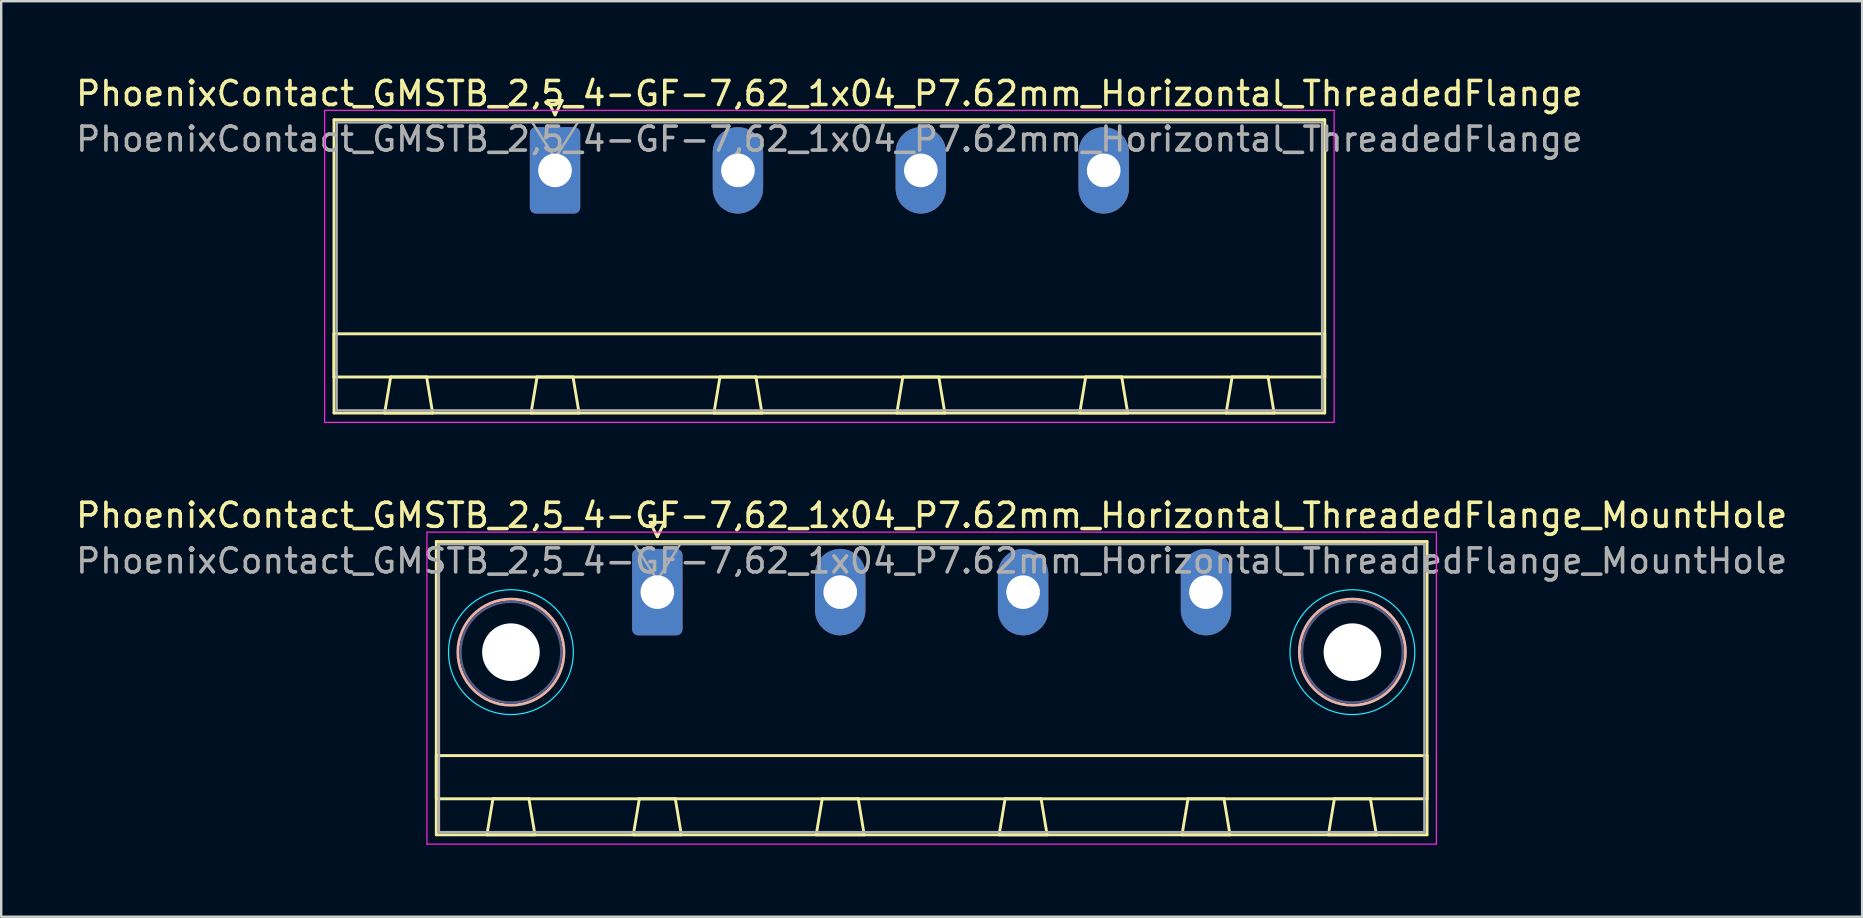
<source format=kicad_pcb>
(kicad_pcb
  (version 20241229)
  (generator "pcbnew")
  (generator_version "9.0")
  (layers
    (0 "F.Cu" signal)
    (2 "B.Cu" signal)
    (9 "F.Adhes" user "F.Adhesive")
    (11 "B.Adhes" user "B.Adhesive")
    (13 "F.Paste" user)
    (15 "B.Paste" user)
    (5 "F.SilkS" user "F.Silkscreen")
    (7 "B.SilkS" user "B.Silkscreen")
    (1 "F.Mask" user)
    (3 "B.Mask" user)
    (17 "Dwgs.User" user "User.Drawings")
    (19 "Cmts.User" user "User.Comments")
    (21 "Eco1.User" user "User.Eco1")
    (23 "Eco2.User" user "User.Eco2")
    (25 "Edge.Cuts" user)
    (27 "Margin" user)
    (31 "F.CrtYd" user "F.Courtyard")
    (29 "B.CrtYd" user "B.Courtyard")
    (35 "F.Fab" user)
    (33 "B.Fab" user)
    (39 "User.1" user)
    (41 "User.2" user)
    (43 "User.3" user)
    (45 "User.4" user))
  (footprint "PhoenixContact_GMSTB_2,5_4-GF-7,62_1x04_P7.62mm_Horizontal_ThreadedFlange"
    (layer "F.Cu")
    (at 20.076 4.048)
    (property "Reference" "PhoenixContact_GMSTB_2,5_4-GF-7,62_1x04_P7.62mm_Horizontal_ThreadedFlange" (at 11.43 -3.2 0) (layer "F.SilkS") (effects (font (size 1 1) (thickness 0.15))))
    (attr through_hole)
    (fp_line (start -9.21 -2.11) (end -9.21 10.11) (stroke (width 0.12) (type solid)) (layer "F.SilkS"))
    (fp_line (start -9.21 6.81) (end 32.07 6.81) (stroke (width 0.12) (type solid)) (layer "F.SilkS"))
    (fp_line (start -9.21 8.61) (end -9.21 6.81) (stroke (width 0.12) (type solid)) (layer "F.SilkS"))
    (fp_line (start -9.21 10.11) (end 32.07 10.11) (stroke (width 0.12) (type solid)) (layer "F.SilkS"))
    (fp_line (start -7.1 10.11) (end -5.1 10.11) (stroke (width 0.12) (type solid)) (layer "F.SilkS"))
    (fp_line (start -6.85 8.61) (end -7.1 10.11) (stroke (width 0.12) (type solid)) (layer "F.SilkS"))
    (fp_line (start -5.35 8.61) (end -6.85 8.61) (stroke (width 0.12) (type solid)) (layer "F.SilkS"))
    (fp_line (start -5.1 10.11) (end -5.35 8.61) (stroke (width 0.12) (type solid)) (layer "F.SilkS"))
    (fp_line (start -1 10.11) (end 1 10.11) (stroke (width 0.12) (type solid)) (layer "F.SilkS"))
    (fp_line (start -0.75 8.61) (end -1 10.11) (stroke (width 0.12) (type solid)) (layer "F.SilkS"))
    (fp_line (start -0.3 -2.91) (end 0.3 -2.91) (stroke (width 0.12) (type solid)) (layer "F.SilkS"))
    (fp_line (start 0 -2.31) (end -0.3 -2.91) (stroke (width 0.12) (type solid)) (layer "F.SilkS"))
    (fp_line (start 0.3 -2.91) (end 0 -2.31) (stroke (width 0.12) (type solid)) (layer "F.SilkS"))
    (fp_line (start 0.75 8.61) (end -0.75 8.61) (stroke (width 0.12) (type solid)) (layer "F.SilkS"))
    (fp_line (start 1 10.11) (end 0.75 8.61) (stroke (width 0.12) (type solid)) (layer "F.SilkS"))
    (fp_line (start 6.62 10.11) (end 8.62 10.11) (stroke (width 0.12) (type solid)) (layer "F.SilkS"))
    (fp_line (start 6.87 8.61) (end 6.62 10.11) (stroke (width 0.12) (type solid)) (layer "F.SilkS"))
    (fp_line (start 8.37 8.61) (end 6.87 8.61) (stroke (width 0.12) (type solid)) (layer "F.SilkS"))
    (fp_line (start 8.62 10.11) (end 8.37 8.61) (stroke (width 0.12) (type solid)) (layer "F.SilkS"))
    (fp_line (start 14.24 10.11) (end 16.24 10.11) (stroke (width 0.12) (type solid)) (layer "F.SilkS"))
    (fp_line (start 14.49 8.61) (end 14.24 10.11) (stroke (width 0.12) (type solid)) (layer "F.SilkS"))
    (fp_line (start 15.99 8.61) (end 14.49 8.61) (stroke (width 0.12) (type solid)) (layer "F.SilkS"))
    (fp_line (start 16.24 10.11) (end 15.99 8.61) (stroke (width 0.12) (type solid)) (layer "F.SilkS"))
    (fp_line (start 21.86 10.11) (end 23.86 10.11) (stroke (width 0.12) (type solid)) (layer "F.SilkS"))
    (fp_line (start 22.11 8.61) (end 21.86 10.11) (stroke (width 0.12) (type solid)) (layer "F.SilkS"))
    (fp_line (start 23.61 8.61) (end 22.11 8.61) (stroke (width 0.12) (type solid)) (layer "F.SilkS"))
    (fp_line (start 23.86 10.11) (end 23.61 8.61) (stroke (width 0.12) (type solid)) (layer "F.SilkS"))
    (fp_line (start 27.96 10.11) (end 29.96 10.11) (stroke (width 0.12) (type solid)) (layer "F.SilkS"))
    (fp_line (start 28.21 8.61) (end 27.96 10.11) (stroke (width 0.12) (type solid)) (layer "F.SilkS"))
    (fp_line (start 29.71 8.61) (end 28.21 8.61) (stroke (width 0.12) (type solid)) (layer "F.SilkS"))
    (fp_line (start 29.96 10.11) (end 29.71 8.61) (stroke (width 0.12) (type solid)) (layer "F.SilkS"))
    (fp_line (start 32.07 -2.11) (end -9.21 -2.11) (stroke (width 0.12) (type solid)) (layer "F.SilkS"))
    (fp_line (start 32.07 6.81) (end 32.07 8.61) (stroke (width 0.12) (type solid)) (layer "F.SilkS"))
    (fp_line (start 32.07 8.61) (end -9.21 8.61) (stroke (width 0.12) (type solid)) (layer "F.SilkS"))
    (fp_line (start 32.07 10.11) (end 32.07 -2.11) (stroke (width 0.12) (type solid)) (layer "F.SilkS"))
    (fp_line (start -9.6 -2.5) (end -9.6 10.5) (stroke (width 0.05) (type solid)) (layer "F.CrtYd"))
    (fp_line (start -9.6 10.5) (end 32.46 10.5) (stroke (width 0.05) (type solid)) (layer "F.CrtYd"))
    (fp_line (start 32.46 -2.5) (end -9.6 -2.5) (stroke (width 0.05) (type solid)) (layer "F.CrtYd"))
    (fp_line (start 32.46 10.5) (end 32.46 -2.5) (stroke (width 0.05) (type solid)) (layer "F.CrtYd"))
    (fp_line (start -9.1 -2) (end -9.1 10) (stroke (width 0.1) (type solid)) (layer "F.Fab"))
    (fp_line (start -9.1 10) (end 31.96 10) (stroke (width 0.1) (type solid)) (layer "F.Fab"))
    (fp_line (start 0 -0.5) (end -0.95 -2) (stroke (width 0.1) (type solid)) (layer "F.Fab"))
    (fp_line (start 0.95 -2) (end 0 -0.5) (stroke (width 0.1) (type solid)) (layer "F.Fab"))
    (fp_line (start 31.96 -2) (end -9.1 -2) (stroke (width 0.1) (type solid)) (layer "F.Fab"))
    (fp_line (start 31.96 10) (end 31.96 -2) (stroke (width 0.1) (type solid)) (layer "F.Fab"))
    (fp_text user "${REFERENCE}" (at 11.43 -1.3 0) (layer "F.Fab") (effects (font (size 1 1) (thickness 0.15))))
    (pad "1" thru_hole roundrect (at 0 0) (size 2.1 3.6) (drill 1.4) (layers "*.Cu" "*.Mask") (roundrect_rratio 0.119))
    (pad "2" thru_hole oval (at 7.62 0) (size 2.1 3.6) (drill 1.4) (layers "*.Cu" "*.Mask"))
    (pad "3" thru_hole oval (at 15.24 0) (size 2.1 3.6) (drill 1.4) (layers "*.Cu" "*.Mask"))
    (pad "4" thru_hole oval (at 22.86 0) (size 2.1 3.6) (drill 1.4) (layers "*.Cu" "*.Mask")))
  (footprint "PhoenixContact_GMSTB_2,5_4-GF-7,62_1x04_P7.62mm_Horizontal_ThreadedFlange_MountHole"
    (layer "F.Cu")
    (at 24.338 21.622)
    (property "Reference" "PhoenixContact_GMSTB_2,5_4-GF-7,62_1x04_P7.62mm_Horizontal_ThreadedFlange_MountHole" (at 11.43 -3.2 0) (layer "F.SilkS") (effects (font (size 1 1) (thickness 0.15))))
    (attr through_hole)
    (fp_line (start -9.21 -2.11) (end -9.21 10.11) (stroke (width 0.12) (type solid)) (layer "F.SilkS"))
    (fp_line (start -9.21 6.81) (end 32.07 6.81) (stroke (width 0.12) (type solid)) (layer "F.SilkS"))
    (fp_line (start -9.21 8.61) (end -9.21 6.81) (stroke (width 0.12) (type solid)) (layer "F.SilkS"))
    (fp_line (start -9.21 10.11) (end 32.07 10.11) (stroke (width 0.12) (type solid)) (layer "F.SilkS"))
    (fp_line (start -7.1 10.11) (end -5.1 10.11) (stroke (width 0.12) (type solid)) (layer "F.SilkS"))
    (fp_line (start -6.85 8.61) (end -7.1 10.11) (stroke (width 0.12) (type solid)) (layer "F.SilkS"))
    (fp_line (start -5.35 8.61) (end -6.85 8.61) (stroke (width 0.12) (type solid)) (layer "F.SilkS"))
    (fp_line (start -5.1 10.11) (end -5.35 8.61) (stroke (width 0.12) (type solid)) (layer "F.SilkS"))
    (fp_line (start -1 10.11) (end 1 10.11) (stroke (width 0.12) (type solid)) (layer "F.SilkS"))
    (fp_line (start -0.75 8.61) (end -1 10.11) (stroke (width 0.12) (type solid)) (layer "F.SilkS"))
    (fp_line (start -0.3 -2.91) (end 0.3 -2.91) (stroke (width 0.12) (type solid)) (layer "F.SilkS"))
    (fp_line (start 0 -2.31) (end -0.3 -2.91) (stroke (width 0.12) (type solid)) (layer "F.SilkS"))
    (fp_line (start 0.3 -2.91) (end 0 -2.31) (stroke (width 0.12) (type solid)) (layer "F.SilkS"))
    (fp_line (start 0.75 8.61) (end -0.75 8.61) (stroke (width 0.12) (type solid)) (layer "F.SilkS"))
    (fp_line (start 1 10.11) (end 0.75 8.61) (stroke (width 0.12) (type solid)) (layer "F.SilkS"))
    (fp_line (start 6.62 10.11) (end 8.62 10.11) (stroke (width 0.12) (type solid)) (layer "F.SilkS"))
    (fp_line (start 6.87 8.61) (end 6.62 10.11) (stroke (width 0.12) (type solid)) (layer "F.SilkS"))
    (fp_line (start 8.37 8.61) (end 6.87 8.61) (stroke (width 0.12) (type solid)) (layer "F.SilkS"))
    (fp_line (start 8.62 10.11) (end 8.37 8.61) (stroke (width 0.12) (type solid)) (layer "F.SilkS"))
    (fp_line (start 14.24 10.11) (end 16.24 10.11) (stroke (width 0.12) (type solid)) (layer "F.SilkS"))
    (fp_line (start 14.49 8.61) (end 14.24 10.11) (stroke (width 0.12) (type solid)) (layer "F.SilkS"))
    (fp_line (start 15.99 8.61) (end 14.49 8.61) (stroke (width 0.12) (type solid)) (layer "F.SilkS"))
    (fp_line (start 16.24 10.11) (end 15.99 8.61) (stroke (width 0.12) (type solid)) (layer "F.SilkS"))
    (fp_line (start 21.86 10.11) (end 23.86 10.11) (stroke (width 0.12) (type solid)) (layer "F.SilkS"))
    (fp_line (start 22.11 8.61) (end 21.86 10.11) (stroke (width 0.12) (type solid)) (layer "F.SilkS"))
    (fp_line (start 23.61 8.61) (end 22.11 8.61) (stroke (width 0.12) (type solid)) (layer "F.SilkS"))
    (fp_line (start 23.86 10.11) (end 23.61 8.61) (stroke (width 0.12) (type solid)) (layer "F.SilkS"))
    (fp_line (start 27.96 10.11) (end 29.96 10.11) (stroke (width 0.12) (type solid)) (layer "F.SilkS"))
    (fp_line (start 28.21 8.61) (end 27.96 10.11) (stroke (width 0.12) (type solid)) (layer "F.SilkS"))
    (fp_line (start 29.71 8.61) (end 28.21 8.61) (stroke (width 0.12) (type solid)) (layer "F.SilkS"))
    (fp_line (start 29.96 10.11) (end 29.71 8.61) (stroke (width 0.12) (type solid)) (layer "F.SilkS"))
    (fp_line (start 32.07 -2.11) (end -9.21 -2.11) (stroke (width 0.12) (type solid)) (layer "F.SilkS"))
    (fp_line (start 32.07 6.81) (end 32.07 8.61) (stroke (width 0.12) (type solid)) (layer "F.SilkS"))
    (fp_line (start 32.07 8.61) (end -9.21 8.61) (stroke (width 0.12) (type solid)) (layer "F.SilkS"))
    (fp_line (start 32.07 10.11) (end 32.07 -2.11) (stroke (width 0.12) (type solid)) (layer "F.SilkS"))
    (fp_circle (center -6.1 2.5) (end -3.89 2.5) (stroke (width 0.12) (type solid)) (fill no) (layer "B.SilkS"))
    (fp_circle (center 28.96 2.5) (end 31.17 2.5) (stroke (width 0.12) (type solid)) (fill no) (layer "B.SilkS"))
    (fp_circle (center -6.1 2.5) (end -3.5 2.5) (stroke (width 0.05) (type solid)) (fill no) (layer "B.CrtYd"))
    (fp_circle (center 28.96 2.5) (end 31.56 2.5) (stroke (width 0.05) (type solid)) (fill no) (layer "B.CrtYd"))
    (fp_line (start -9.6 -2.5) (end -9.6 10.5) (stroke (width 0.05) (type solid)) (layer "F.CrtYd"))
    (fp_line (start -9.6 10.5) (end 32.46 10.5) (stroke (width 0.05) (type solid)) (layer "F.CrtYd"))
    (fp_line (start 32.46 -2.5) (end -9.6 -2.5) (stroke (width 0.05) (type solid)) (layer "F.CrtYd"))
    (fp_line (start 32.46 10.5) (end 32.46 -2.5) (stroke (width 0.05) (type solid)) (layer "F.CrtYd"))
    (fp_circle (center -6.1 2.5) (end -4 2.5) (stroke (width 0.1) (type solid)) (fill no) (layer "B.Fab"))
    (fp_circle (center 28.96 2.5) (end 31.06 2.5) (stroke (width 0.1) (type solid)) (fill no) (layer "B.Fab"))
    (fp_line (start -9.1 -2) (end -9.1 10) (stroke (width 0.1) (type solid)) (layer "F.Fab"))
    (fp_line (start -9.1 10) (end 31.96 10) (stroke (width 0.1) (type solid)) (layer "F.Fab"))
    (fp_line (start 0 -0.5) (end -0.95 -2) (stroke (width 0.1) (type solid)) (layer "F.Fab"))
    (fp_line (start 0.95 -2) (end 0 -0.5) (stroke (width 0.1) (type solid)) (layer "F.Fab"))
    (fp_line (start 31.96 -2) (end -9.1 -2) (stroke (width 0.1) (type solid)) (layer "F.Fab"))
    (fp_line (start 31.96 10) (end 31.96 -2) (stroke (width 0.1) (type solid)) (layer "F.Fab"))
    (fp_text user "${REFERENCE}" (at 11.43 -1.3 0) (layer "F.Fab") (effects (font (size 1 1) (thickness 0.15))))
    (pad "" np_thru_hole circle (at -6.1 2.5) (size 2.4 2.4) (drill 2.4) (layers "*.Cu" "*.Mask"))
    (pad "" np_thru_hole circle (at 28.96 2.5) (size 2.4 2.4) (drill 2.4) (layers "*.Cu" "*.Mask"))
    (pad "1" thru_hole roundrect (at 0 0) (size 2.1 3.6) (drill 1.4) (layers "*.Cu" "*.Mask") (roundrect_rratio 0.119))
    (pad "2" thru_hole oval (at 7.62 0) (size 2.1 3.6) (drill 1.4) (layers "*.Cu" "*.Mask"))
    (pad "3" thru_hole oval (at 15.24 0) (size 2.1 3.6) (drill 1.4) (layers "*.Cu" "*.Mask"))
    (pad "4" thru_hole oval (at 22.86 0) (size 2.1 3.6) (drill 1.4) (layers "*.Cu" "*.Mask")))
  (gr_rect
    (start -3 -3)
    (end 74.536 35.147)
    (stroke (width 0.1) (type default))
    (fill no)
    (layer "Edge.Cuts")))
</source>
